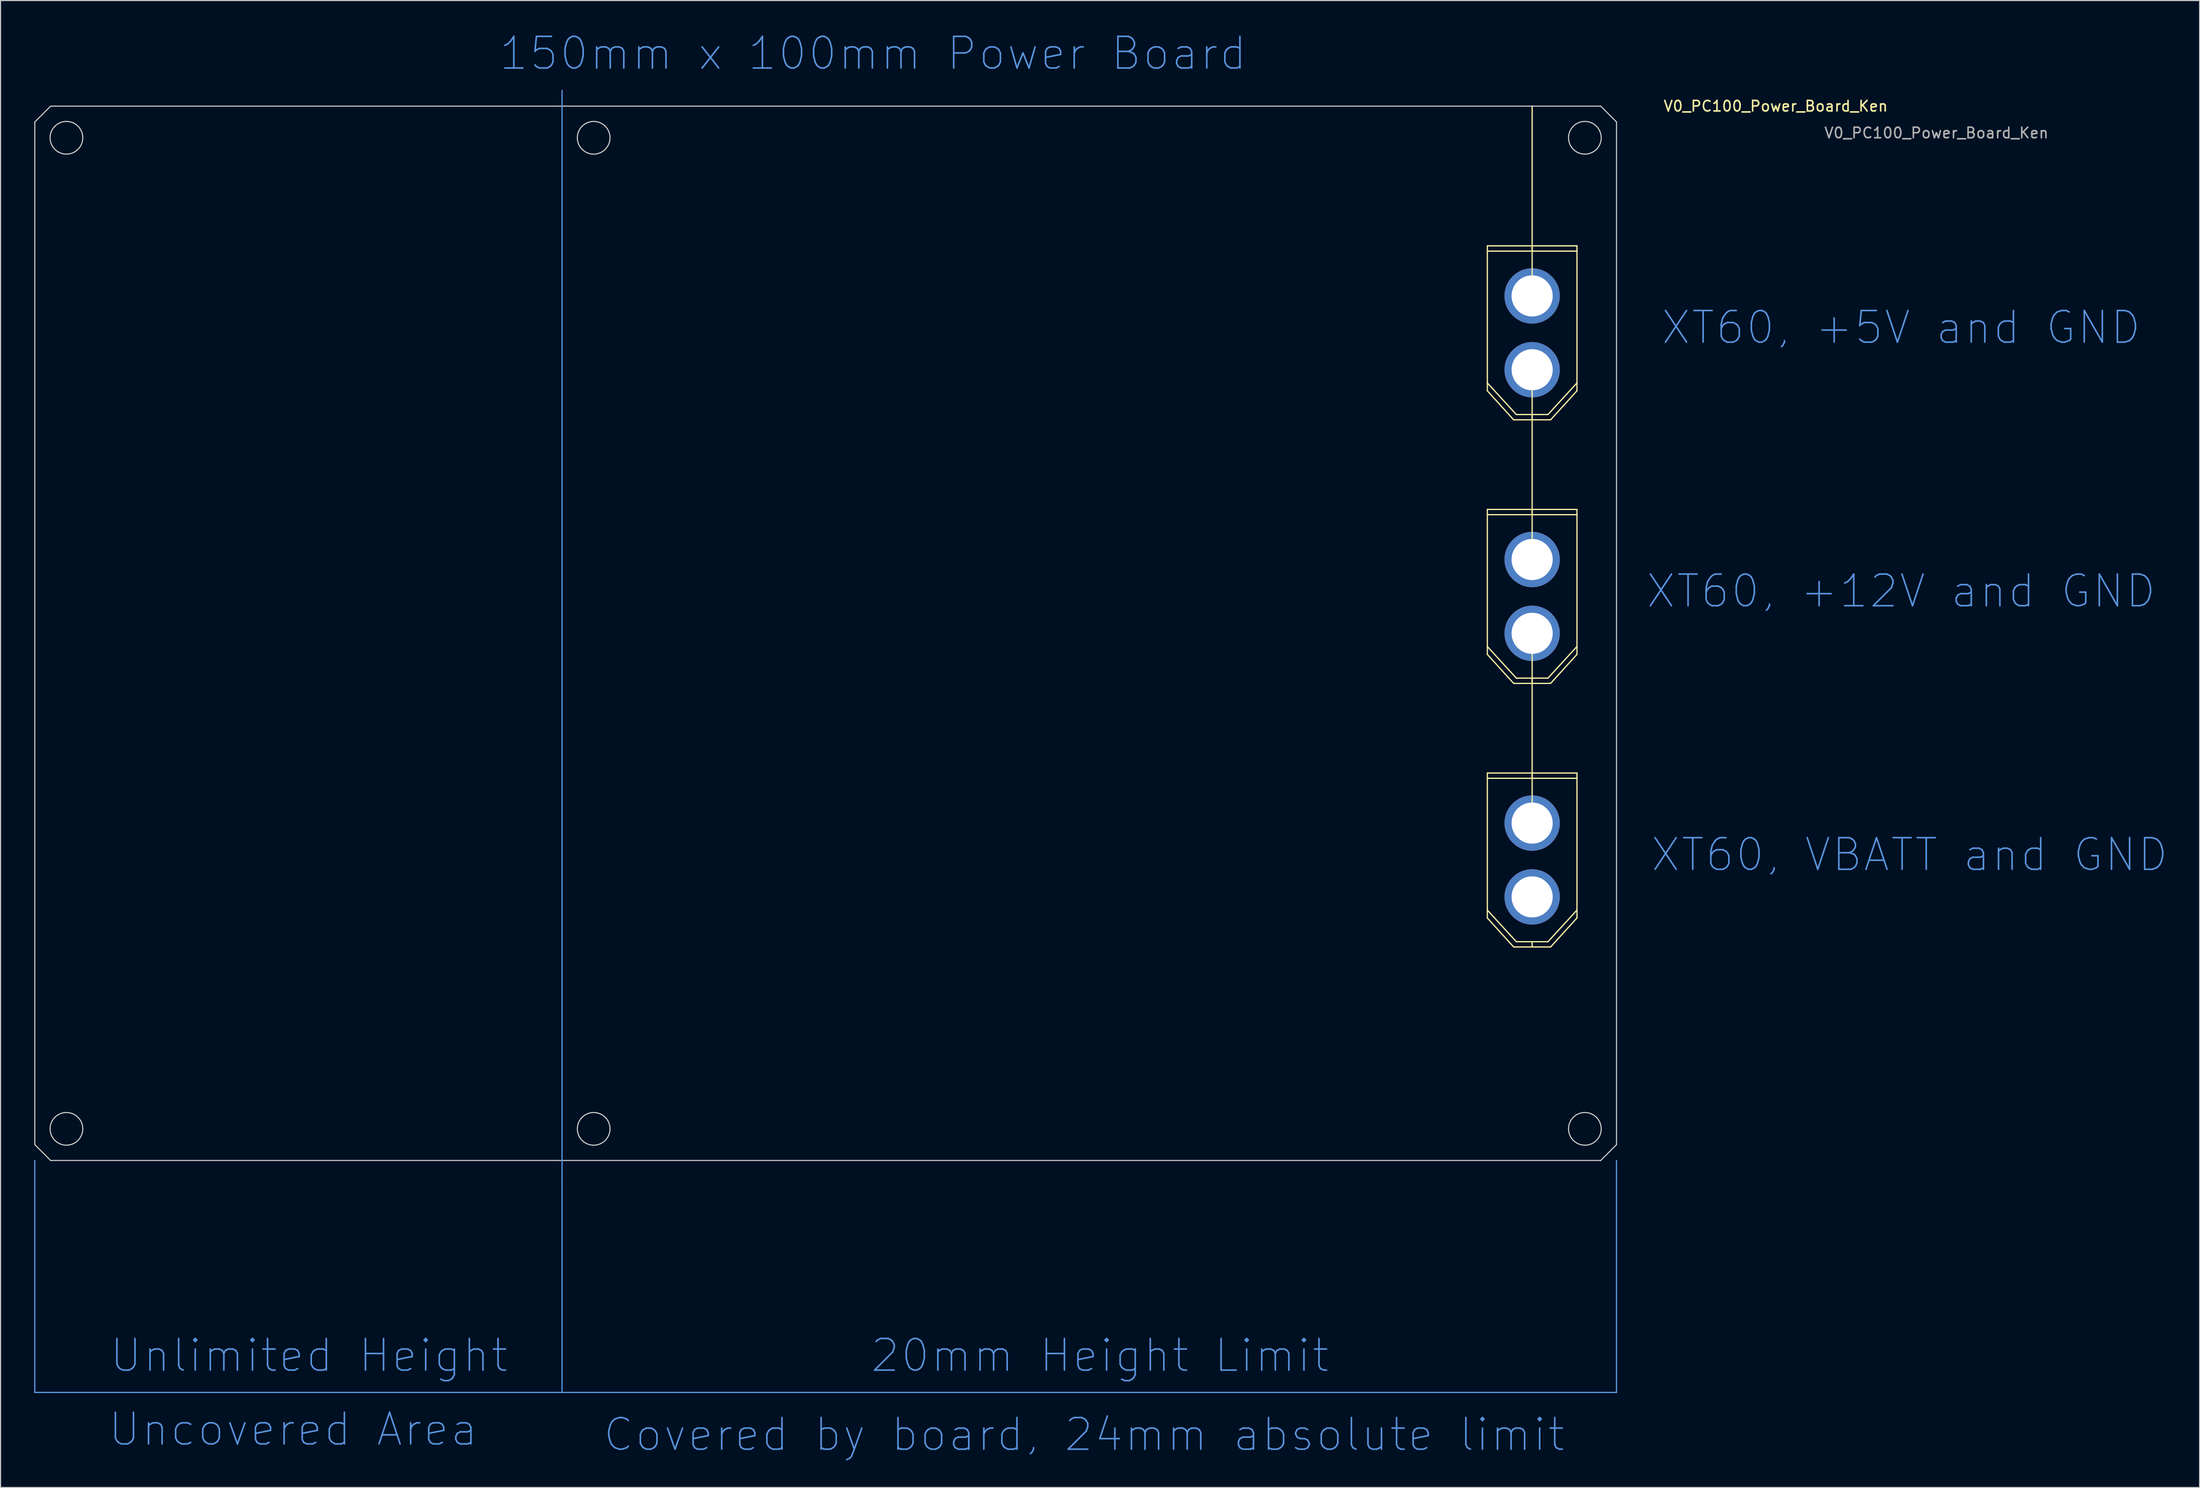
<source format=kicad_pcb>
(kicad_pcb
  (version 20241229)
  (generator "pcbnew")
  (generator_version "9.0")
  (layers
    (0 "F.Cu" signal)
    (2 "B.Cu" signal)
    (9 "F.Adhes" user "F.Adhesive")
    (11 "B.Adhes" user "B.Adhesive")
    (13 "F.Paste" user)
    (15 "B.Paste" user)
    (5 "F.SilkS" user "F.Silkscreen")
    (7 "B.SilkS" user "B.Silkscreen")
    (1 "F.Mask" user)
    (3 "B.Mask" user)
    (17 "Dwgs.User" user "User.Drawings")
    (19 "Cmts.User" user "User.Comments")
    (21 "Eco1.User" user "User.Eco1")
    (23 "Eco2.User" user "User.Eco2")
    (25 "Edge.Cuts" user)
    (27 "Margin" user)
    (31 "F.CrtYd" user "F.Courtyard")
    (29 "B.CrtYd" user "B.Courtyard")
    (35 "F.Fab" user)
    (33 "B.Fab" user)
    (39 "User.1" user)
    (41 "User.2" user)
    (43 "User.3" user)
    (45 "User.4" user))
  (footprint "V0_PC100_Power_Board_Ken"
    (layer "F.Cu")
    (at 0.25 7.018)
    (property "Reference" "V0_PC100_Power_Board_Ken" (at 165.1 0 0) (unlocked yes) (layer "F.SilkS") (effects (font (size 1 1) (thickness 0.15))))
    (attr through_hole)
    (fp_line (start 137.75 26.25) (end 137.75 13.25) (stroke (width 0.12) (type solid)) (layer "F.SilkS"))
    (fp_line (start 137.75 26.25) (end 137.75 27) (stroke (width 0.12) (type solid)) (layer "F.SilkS"))
    (fp_line (start 137.75 26.25) (end 140.5 29.25) (stroke (width 0.12) (type solid)) (layer "F.SilkS"))
    (fp_line (start 137.75 27) (end 140.25 29.75) (stroke (width 0.12) (type solid)) (layer "F.SilkS"))
    (fp_line (start 137.75 51.25) (end 137.75 38.25) (stroke (width 0.12) (type solid)) (layer "F.SilkS"))
    (fp_line (start 137.75 51.25) (end 137.75 52) (stroke (width 0.12) (type solid)) (layer "F.SilkS"))
    (fp_line (start 137.75 51.25) (end 140.5 54.25) (stroke (width 0.12) (type solid)) (layer "F.SilkS"))
    (fp_line (start 137.75 52) (end 140.25 54.75) (stroke (width 0.12) (type solid)) (layer "F.SilkS"))
    (fp_line (start 137.75 76.25) (end 137.75 63.25) (stroke (width 0.12) (type solid)) (layer "F.SilkS"))
    (fp_line (start 137.75 76.25) (end 137.75 77) (stroke (width 0.12) (type solid)) (layer "F.SilkS"))
    (fp_line (start 137.75 76.25) (end 140.5 79.25) (stroke (width 0.12) (type solid)) (layer "F.SilkS"))
    (fp_line (start 137.75 77) (end 140.25 79.75) (stroke (width 0.12) (type solid)) (layer "F.SilkS"))
    (fp_line (start 142 0) (end 142 18) (stroke (width 0.12) (type solid)) (layer "F.SilkS"))
    (fp_line (start 142 13.25) (end 137.75 13.25) (stroke (width 0.12) (type solid)) (layer "F.SilkS"))
    (fp_line (start 142 13.25) (end 146.25 13.25) (stroke (width 0.12) (type solid)) (layer "F.SilkS"))
    (fp_line (start 142 13.75) (end 137.75 13.75) (stroke (width 0.12) (type solid)) (layer "F.SilkS"))
    (fp_line (start 142 13.75) (end 142 13.25) (stroke (width 0.12) (type solid)) (layer "F.SilkS"))
    (fp_line (start 142 13.75) (end 146.25 13.75) (stroke (width 0.12) (type solid)) (layer "F.SilkS"))
    (fp_line (start 142 25) (end 142 43) (stroke (width 0.12) (type solid)) (layer "F.SilkS"))
    (fp_line (start 142 29.25) (end 140.5 29.25) (stroke (width 0.12) (type solid)) (layer "F.SilkS"))
    (fp_line (start 142 29.25) (end 142 29.75) (stroke (width 0.12) (type solid)) (layer "F.SilkS"))
    (fp_line (start 142 29.25) (end 143.5 29.25) (stroke (width 0.12) (type solid)) (layer "F.SilkS"))
    (fp_line (start 142 29.75) (end 140.25 29.75) (stroke (width 0.12) (type solid)) (layer "F.SilkS"))
    (fp_line (start 142 29.75) (end 143.75 29.75) (stroke (width 0.12) (type solid)) (layer "F.SilkS"))
    (fp_line (start 142 38.25) (end 137.75 38.25) (stroke (width 0.12) (type solid)) (layer "F.SilkS"))
    (fp_line (start 142 38.25) (end 146.25 38.25) (stroke (width 0.12) (type solid)) (layer "F.SilkS"))
    (fp_line (start 142 38.75) (end 137.75 38.75) (stroke (width 0.12) (type solid)) (layer "F.SilkS"))
    (fp_line (start 142 38.75) (end 142 38.25) (stroke (width 0.12) (type solid)) (layer "F.SilkS"))
    (fp_line (start 142 38.75) (end 146.25 38.75) (stroke (width 0.12) (type solid)) (layer "F.SilkS"))
    (fp_line (start 142 50) (end 142 68) (stroke (width 0.12) (type solid)) (layer "F.SilkS"))
    (fp_line (start 142 54.25) (end 140.5 54.25) (stroke (width 0.12) (type solid)) (layer "F.SilkS"))
    (fp_line (start 142 54.25) (end 142 54.75) (stroke (width 0.12) (type solid)) (layer "F.SilkS"))
    (fp_line (start 142 54.25) (end 143.5 54.25) (stroke (width 0.12) (type solid)) (layer "F.SilkS"))
    (fp_line (start 142 54.75) (end 140.25 54.75) (stroke (width 0.12) (type solid)) (layer "F.SilkS"))
    (fp_line (start 142 54.75) (end 143.75 54.75) (stroke (width 0.12) (type solid)) (layer "F.SilkS"))
    (fp_line (start 142 63.25) (end 137.75 63.25) (stroke (width 0.12) (type solid)) (layer "F.SilkS"))
    (fp_line (start 142 63.25) (end 146.25 63.25) (stroke (width 0.12) (type solid)) (layer "F.SilkS"))
    (fp_line (start 142 63.75) (end 137.75 63.75) (stroke (width 0.12) (type solid)) (layer "F.SilkS"))
    (fp_line (start 142 63.75) (end 142 63.25) (stroke (width 0.12) (type solid)) (layer "F.SilkS"))
    (fp_line (start 142 63.75) (end 146.25 63.75) (stroke (width 0.12) (type solid)) (layer "F.SilkS"))
    (fp_line (start 142 79.25) (end 140.5 79.25) (stroke (width 0.12) (type solid)) (layer "F.SilkS"))
    (fp_line (start 142 79.25) (end 142 79.75) (stroke (width 0.12) (type solid)) (layer "F.SilkS"))
    (fp_line (start 142 79.25) (end 143.5 79.25) (stroke (width 0.12) (type solid)) (layer "F.SilkS"))
    (fp_line (start 142 79.75) (end 140.25 79.75) (stroke (width 0.12) (type solid)) (layer "F.SilkS"))
    (fp_line (start 142 79.75) (end 143.75 79.75) (stroke (width 0.12) (type solid)) (layer "F.SilkS"))
    (fp_line (start 143.75 29.75) (end 146.25 27) (stroke (width 0.12) (type solid)) (layer "F.SilkS"))
    (fp_line (start 143.75 54.75) (end 146.25 52) (stroke (width 0.12) (type solid)) (layer "F.SilkS"))
    (fp_line (start 143.75 79.75) (end 146.25 77) (stroke (width 0.12) (type solid)) (layer "F.SilkS"))
    (fp_line (start 146.25 13.75) (end 146.25 13.25) (stroke (width 0.12) (type solid)) (layer "F.SilkS"))
    (fp_line (start 146.25 26.25) (end 143.5 29.25) (stroke (width 0.12) (type solid)) (layer "F.SilkS"))
    (fp_line (start 146.25 26.25) (end 146.25 13.75) (stroke (width 0.12) (type solid)) (layer "F.SilkS"))
    (fp_line (start 146.25 27) (end 146.25 26.25) (stroke (width 0.12) (type solid)) (layer "F.SilkS"))
    (fp_line (start 146.25 38.75) (end 146.25 38.25) (stroke (width 0.12) (type solid)) (layer "F.SilkS"))
    (fp_line (start 146.25 51.25) (end 143.5 54.25) (stroke (width 0.12) (type solid)) (layer "F.SilkS"))
    (fp_line (start 146.25 51.25) (end 146.25 38.75) (stroke (width 0.12) (type solid)) (layer "F.SilkS"))
    (fp_line (start 146.25 52) (end 146.25 51.25) (stroke (width 0.12) (type solid)) (layer "F.SilkS"))
    (fp_line (start 146.25 63.75) (end 146.25 63.25) (stroke (width 0.12) (type solid)) (layer "F.SilkS"))
    (fp_line (start 146.25 76.25) (end 143.5 79.25) (stroke (width 0.12) (type solid)) (layer "F.SilkS"))
    (fp_line (start 146.25 76.25) (end 146.25 63.75) (stroke (width 0.12) (type solid)) (layer "F.SilkS"))
    (fp_line (start 146.25 77) (end 146.25 76.25) (stroke (width 0.12) (type solid)) (layer "F.SilkS"))
    (fp_line (start 0 100) (end 0 122) (stroke (width 0.12) (type solid)) (layer "Cmts.User"))
    (fp_line (start 0 122) (end 50 122) (stroke (width 0.12) (type solid)) (layer "Cmts.User"))
    (fp_line (start 50 0) (end 50 -1.5) (stroke (width 0.12) (type solid)) (layer "Cmts.User"))
    (fp_line (start 50 0) (end 50 100) (stroke (width 0.12) (type solid)) (layer "Cmts.User"))
    (fp_line (start 50 100) (end 50 102) (stroke (width 0.12) (type solid)) (layer "Cmts.User"))
    (fp_line (start 50 102) (end 50 122) (stroke (width 0.12) (type solid)) (layer "Cmts.User"))
    (fp_line (start 50 122) (end 150 122) (stroke (width 0.12) (type solid)) (layer "Cmts.User"))
    (fp_line (start 150 122) (end 150 100) (stroke (width 0.12) (type solid)) (layer "Cmts.User"))
    (fp_line (start 0 1.5) (end 0 98.5) (stroke (width 0.1) (type solid)) (layer "Edge.Cuts"))
    (fp_line (start 0 98.5) (end 1.5 100) (stroke (width 0.1) (type solid)) (layer "Edge.Cuts"))
    (fp_line (start 1.5 0) (end 0 1.5) (stroke (width 0.1) (type solid)) (layer "Edge.Cuts"))
    (fp_line (start 1.5 100) (end 148.5 100) (stroke (width 0.1) (type solid)) (layer "Edge.Cuts"))
    (fp_line (start 148.5 0) (end 1.5 0) (stroke (width 0.1) (type solid)) (layer "Edge.Cuts"))
    (fp_line (start 148.5 0) (end 150 1.5) (stroke (width 0.1) (type solid)) (layer "Edge.Cuts"))
    (fp_line (start 150 98.5) (end 148.5 100) (stroke (width 0.1) (type solid)) (layer "Edge.Cuts"))
    (fp_line (start 150 98.5) (end 150 1.5) (stroke (width 0.1) (type solid)) (layer "Edge.Cuts"))
    (fp_circle (center 3 3) (end 4.55 3) (stroke (width 0.1) (type solid)) (fill no) (layer "Edge.Cuts"))
    (fp_circle (center 3 97) (end 4.55 97) (stroke (width 0.1) (type solid)) (fill no) (layer "Edge.Cuts"))
    (fp_circle (center 53 3) (end 54.55 3) (stroke (width 0.1) (type solid)) (fill no) (layer "Edge.Cuts"))
    (fp_circle (center 53 97) (end 54.55 97) (stroke (width 0.1) (type solid)) (fill no) (layer "Edge.Cuts"))
    (fp_circle (center 147 3) (end 148.55 3) (stroke (width 0.1) (type solid)) (fill no) (layer "Edge.Cuts"))
    (fp_circle (center 147 97) (end 148.55 97) (stroke (width 0.1) (type solid)) (fill no) (layer "Edge.Cuts"))
    (fp_text user "XT60, +5V and GND" (at 177 21 0) (unlocked yes) (layer "Cmts.User") (effects (font (size 3 3) (thickness 0.15))))
    (fp_text user "20mm Height Limit" (at 101 118.5 0) (unlocked yes) (layer "Cmts.User") (effects (font (size 3 3) (thickness 0.15))))
    (fp_text user "Unlimited Height" (at 26 118.5 0) (unlocked yes) (layer "Cmts.User") (effects (font (size 3 3) (thickness 0.15))))
    (fp_text user "XT60, +12V and GND" (at 177 46 0) (unlocked yes) (layer "Cmts.User") (effects (font (size 3 3) (thickness 0.15))))
    (fp_text user "Covered by board, 24mm absolute limit" (at 99.5 126 0) (unlocked yes) (layer "Cmts.User") (effects (font (size 3 3) (thickness 0.15))))
    (fp_text user "150mm x 100mm Power Board" (at 79.5 -5 0) (unlocked yes) (layer "Cmts.User") (effects (font (size 3 3) (thickness 0.15))))
    (fp_text user "Uncovered Area" (at 24.5 125.5 0) (unlocked yes) (layer "Cmts.User") (effects (font (size 3 3) (thickness 0.15))))
    (fp_text user "XT60, VBATT and GND" (at 177.8 71 0) (unlocked yes) (layer "Cmts.User") (effects (font (size 3 3) (thickness 0.15))))
    (fp_text user "${REFERENCE}" (at 180.34 2.54 0) (unlocked yes) (layer "F.Fab") (effects (font (size 1 1) (thickness 0.15))))
    (pad "1" thru_hole circle (at 142 25) (size 5.25 5.25) (drill 3.9) (layers "*.Cu" "*.Mask"))
    (pad "2" thru_hole circle (at 142 18) (size 5.25 5.25) (drill 3.9) (layers "*.Cu" "*.Mask"))
    (pad "3" thru_hole circle (at 142 50) (size 5.25 5.25) (drill 3.9) (layers "*.Cu" "*.Mask"))
    (pad "4" thru_hole circle (at 142 43) (size 5.25 5.25) (drill 3.9) (layers "*.Cu" "*.Mask"))
    (pad "5" thru_hole circle (at 142 75) (size 5.25 5.25) (drill 3.9) (layers "*.Cu" "*.Mask"))
    (pad "6" thru_hole circle (at 142 68) (size 5.25 5.25) (drill 3.9) (layers "*.Cu" "*.Mask")))
  (gr_rect
    (start -3 -3)
    (end 205.546 138.036)
    (stroke (width 0.1) (type default))
    (fill no)
    (layer "Edge.Cuts")))
</source>
